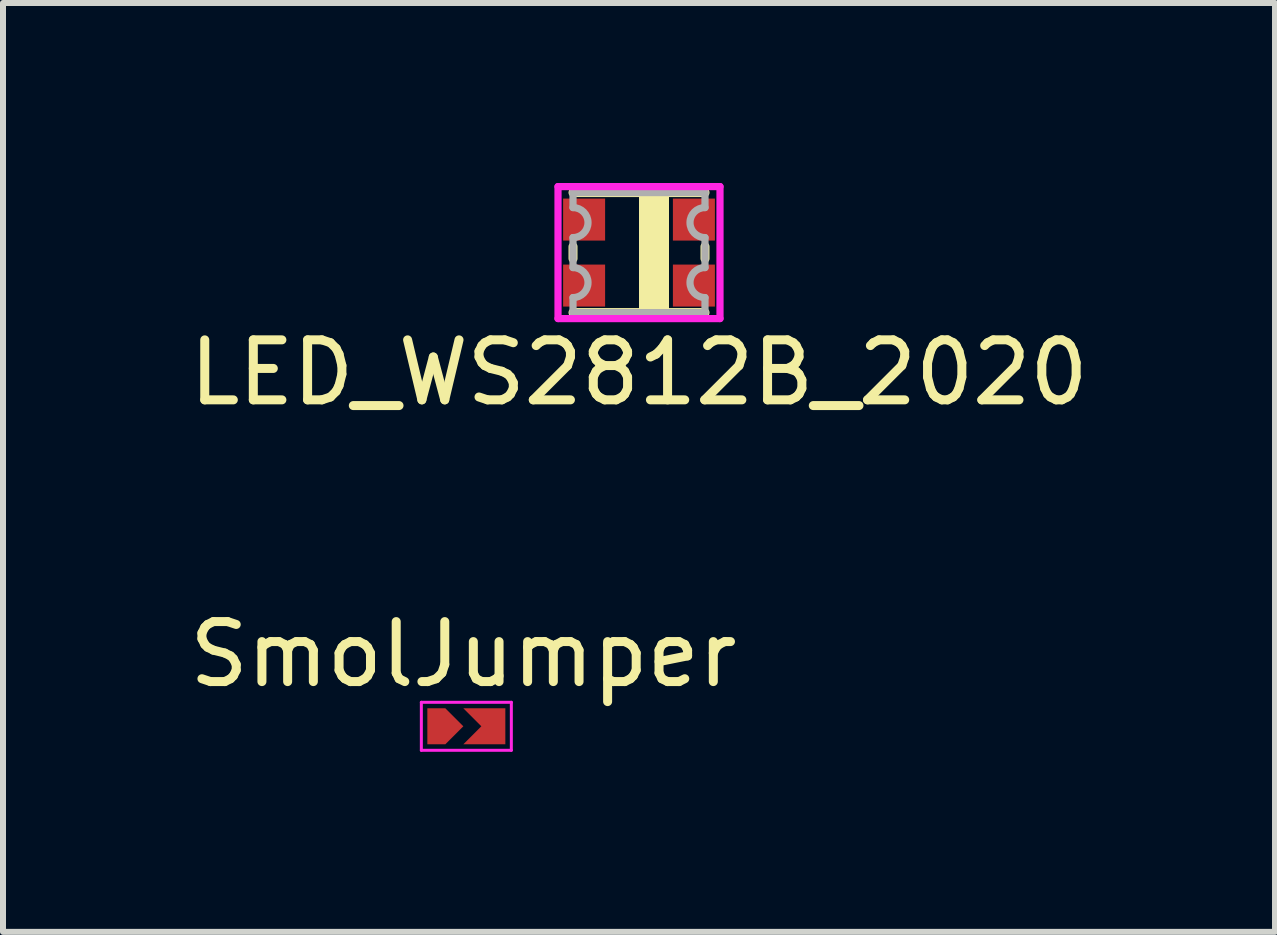
<source format=kicad_pcb>
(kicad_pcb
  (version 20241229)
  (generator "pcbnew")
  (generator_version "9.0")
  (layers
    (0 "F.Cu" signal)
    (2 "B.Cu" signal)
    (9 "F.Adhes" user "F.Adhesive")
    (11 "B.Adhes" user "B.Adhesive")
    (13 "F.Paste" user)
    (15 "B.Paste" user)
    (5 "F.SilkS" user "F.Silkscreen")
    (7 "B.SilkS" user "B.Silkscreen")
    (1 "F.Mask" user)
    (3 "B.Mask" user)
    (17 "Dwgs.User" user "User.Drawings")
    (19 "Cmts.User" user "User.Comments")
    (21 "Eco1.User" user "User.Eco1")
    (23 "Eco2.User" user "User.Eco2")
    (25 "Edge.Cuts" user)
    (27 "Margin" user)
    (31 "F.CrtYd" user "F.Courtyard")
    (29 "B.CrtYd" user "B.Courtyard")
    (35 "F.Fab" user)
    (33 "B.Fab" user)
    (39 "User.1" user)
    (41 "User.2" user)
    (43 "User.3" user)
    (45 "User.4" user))
  (footprint "LED_WS2812B_2020"
    (layer "F.Cu")
    (at 7.601 1.16)
    (property "Reference" "LED_WS2812B_2020" (at 0 2 0) (layer "F.SilkS") (effects (font (size 1 1) (thickness 0.15))))
    (attr through_hole)
    (fp_line (start -1.1 -1) (end 1.1 -1) (stroke (width 0.15) (type solid)) (layer "F.SilkS"))
    (fp_line (start -1.1 -0.1) (end -1.1 0.1) (stroke (width 0.15) (type solid)) (layer "F.SilkS"))
    (fp_line (start -1.1 1) (end 1.1 1) (stroke (width 0.15) (type solid)) (layer "F.SilkS"))
    (fp_line (start 1.1 -0.1) (end 1.1 0.1) (stroke (width 0.15) (type solid)) (layer "F.SilkS"))
    (fp_poly (pts (xy 0 -1) (xy 0.5 -1) (xy 0.5 1) (xy 0 1)) (stroke (width 0) (type solid)) (fill yes) (layer "F.SilkS"))
    (fp_line (start -1.35 -1.1) (end 1.35 -1.1) (stroke (width 0.12) (type solid)) (layer "F.CrtYd"))
    (fp_line (start -1.35 1.1) (end -1.35 -1.1) (stroke (width 0.12) (type solid)) (layer "F.CrtYd"))
    (fp_line (start 1.35 -1.1) (end 1.35 1.1) (stroke (width 0.12) (type solid)) (layer "F.CrtYd"))
    (fp_line (start 1.35 1.1) (end -1.35 1.1) (stroke (width 0.12) (type solid)) (layer "F.CrtYd"))
    (fp_line (start -1.1 -1) (end -1.1 -0.75) (stroke (width 0.12) (type solid)) (layer "F.Fab"))
    (fp_line (start -1.1 -0.25) (end -1.1 0.25) (stroke (width 0.12) (type solid)) (layer "F.Fab"))
    (fp_line (start -1.1 0.75) (end -1.1 1) (stroke (width 0.12) (type solid)) (layer "F.Fab"))
    (fp_line (start -1.1 1) (end 1.1 1) (stroke (width 0.12) (type solid)) (layer "F.Fab"))
    (fp_line (start 1.1 -1) (end -1.1 -1) (stroke (width 0.12) (type solid)) (layer "F.Fab"))
    (fp_line (start 1.1 -0.75) (end 1.1 -1) (stroke (width 0.12) (type solid)) (layer "F.Fab"))
    (fp_line (start 1.1 0.25) (end 1.1 -0.25) (stroke (width 0.12) (type solid)) (layer "F.Fab"))
    (fp_line (start 1.1 1) (end 1.1 0.75) (stroke (width 0.12) (type solid)) (layer "F.Fab"))
    (fp_arc (start -1.1 -0.75) (mid -0.85 -0.5) (end -1.1 -0.25) (stroke (width 0.12) (type solid)) (layer "F.Fab"))
    (fp_arc (start -1.1 0.25) (mid -0.85 0.5) (end -1.1 0.75) (stroke (width 0.12) (type solid)) (layer "F.Fab"))
    (fp_arc (start 1.1 -0.25) (mid 0.85 -0.5) (end 1.1 -0.75) (stroke (width 0.12) (type solid)) (layer "F.Fab"))
    (fp_arc (start 1.1 0.75) (mid 0.85 0.5) (end 1.1 0.25) (stroke (width 0.12) (type solid)) (layer "F.Fab"))
    (pad "1" smd rect (at -0.915 0.5 180) (size 0.7 0.7) (drill (offset 0 -0.05)) (layers "F.Cu" "F.Mask" "F.Paste"))
    (pad "2" smd rect (at 0.915 0.5) (size 0.7 0.7) (drill (offset 0 0.05)) (layers "F.Cu" "F.Mask" "F.Paste"))
    (pad "3" smd rect (at 0.915 -0.5) (size 0.7 0.7) (drill (offset 0 -0.05)) (layers "F.Cu" "F.Mask" "F.Paste"))
    (pad "4" smd rect (at -0.915 -0.5 180) (size 0.7 0.7) (drill (offset 0 0.05)) (layers "F.Cu" "F.Mask" "F.Paste")))
  (footprint "SmolJumper"
    (layer "F.Cu")
    (at 4.673 9.056)
    (property "Reference" "SmolJumper" (at 0 -1.2 0) (layer "F.SilkS") (effects (font (size 1 1) (thickness 0.15))))
    (attr exclude_from_pos_files exclude_from_bom)
    (fp_line (start -0.7 -0.4) (end -0.7 0.4) (stroke (width 0.05) (type solid)) (layer "F.CrtYd"))
    (fp_line (start -0.7 -0.4) (end 0.8 -0.4) (stroke (width 0.05) (type solid)) (layer "F.CrtYd"))
    (fp_line (start 0.8 0.4) (end -0.7 0.4) (stroke (width 0.05) (type solid)) (layer "F.CrtYd"))
    (fp_line (start 0.8 0.4) (end 0.8 -0.4) (stroke (width 0.05) (type solid)) (layer "F.CrtYd"))
    (pad "1" smd custom (at -0.4 0) (size 0.3 0.3) (layers "F.Cu" "F.Mask") (options (anchor rect)) (primitives (gr_poly (pts (xy -0.2 -0.3) (xy 0.1 -0.3) (xy 0.4 0) (xy 0.1 0.3) (xy -0.2 0.3)) (width 0) (fill yes))))
    (pad "2" smd custom (at 0.5 0) (size 0.3 0.3) (layers "F.Cu" "F.Mask") (options (anchor rect)) (primitives (gr_poly (pts (xy -0.5 -0.3) (xy 0.2 -0.3) (xy 0.2 0.3) (xy -0.5 0.3) (xy -0.2 0)) (width 0) (fill yes)))))
  (gr_rect
    (start -3 -3)
    (end 18.202 12.482)
    (stroke (width 0.1) (type default))
    (fill no)
    (layer "Edge.Cuts")))
</source>
